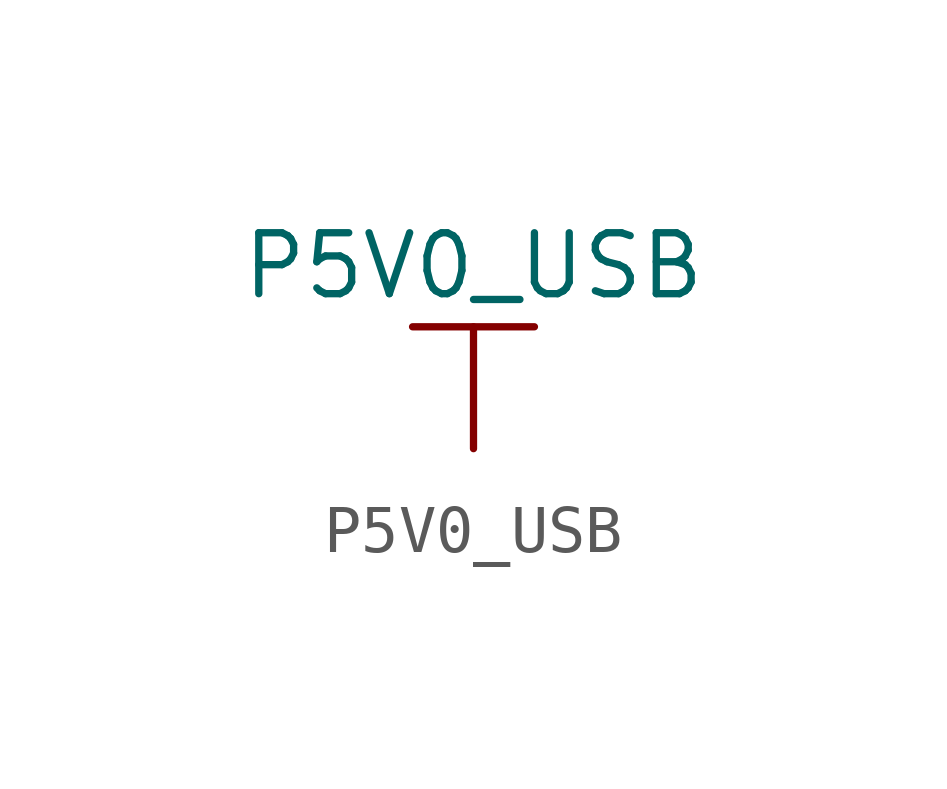
<source format=kicad_sym>
(kicad_symbol_lib
  (version 20211014)
  (generator kicad_symbol_editor)
  (symbol "P5V0_USB"
    (power)
    (pin_names
      (offset 0))
    (property "Reference" "#PWR"
      (at 0 -3.81 0)
      (effects (font (size 1.27 1.27)) hide))
    (property "Value" "P5V0_USB"
      (at 0 3.81 0)
      (effects (font (size 1.27 1.27))))
    (symbol "P5V0_USB_0_1"
      (polyline (pts (xy -1.27 2.54) (xy 1.27 2.54)) (stroke (width 0.152) (type default) (color 0 0 0 0)) (fill (type none)))
      (polyline (pts (xy 0 0) (xy 0 2.54)) (stroke (width 0.152) (type default) (color 0 0 0 0)) (fill (type none))))
    (symbol "P5V0_USB_1_1"
      (pin power_in line (at 0 0 90) (length 0) hide (name "P5V0_USB" (effects (font (size 1.27 1.27)))) (number "1" (effects (font (size 1.27 1.27))))))))
</source>
